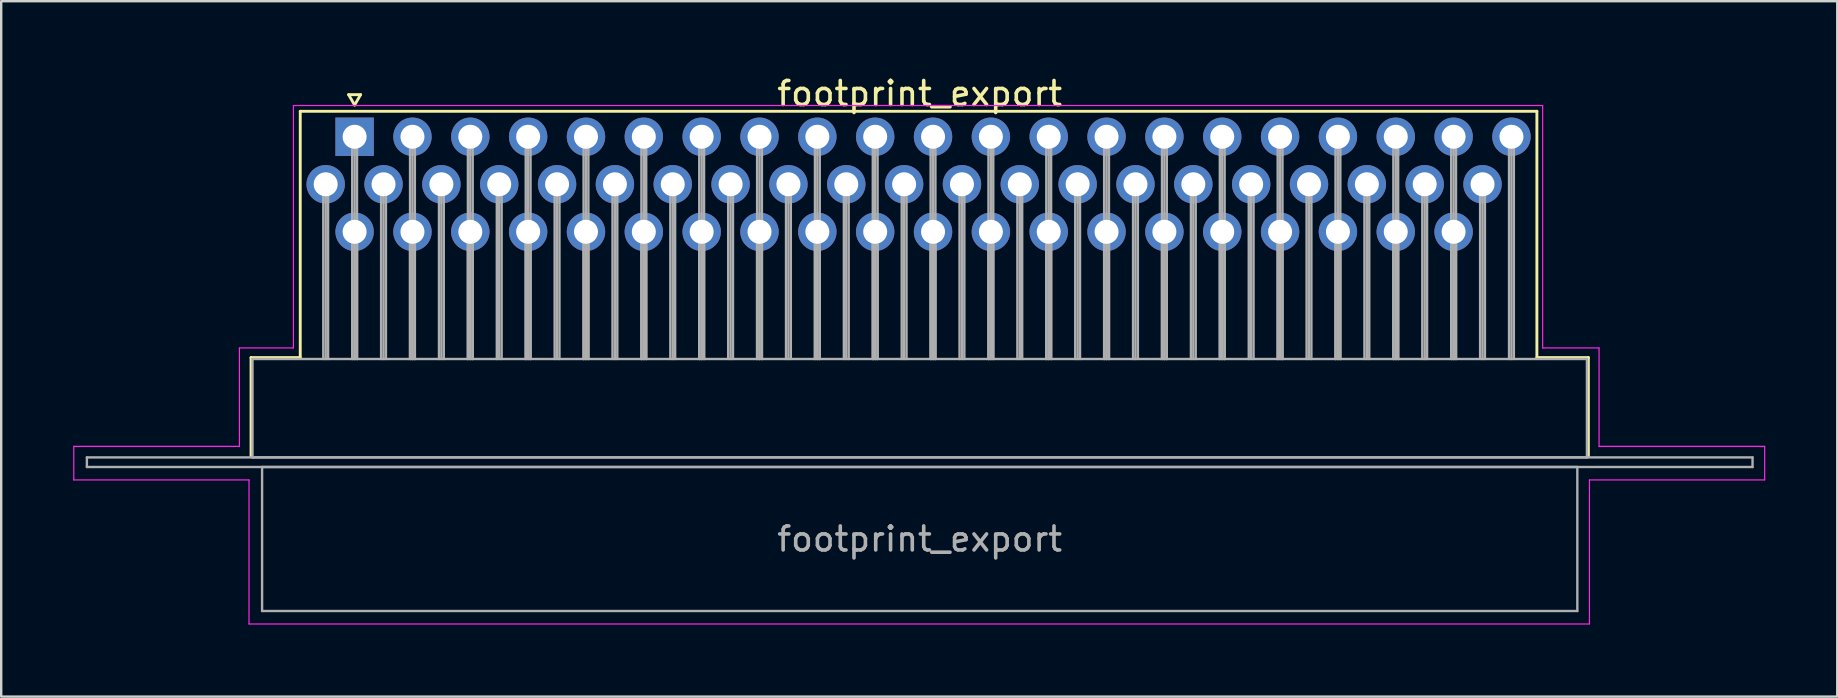
<source format=kicad_pcb>
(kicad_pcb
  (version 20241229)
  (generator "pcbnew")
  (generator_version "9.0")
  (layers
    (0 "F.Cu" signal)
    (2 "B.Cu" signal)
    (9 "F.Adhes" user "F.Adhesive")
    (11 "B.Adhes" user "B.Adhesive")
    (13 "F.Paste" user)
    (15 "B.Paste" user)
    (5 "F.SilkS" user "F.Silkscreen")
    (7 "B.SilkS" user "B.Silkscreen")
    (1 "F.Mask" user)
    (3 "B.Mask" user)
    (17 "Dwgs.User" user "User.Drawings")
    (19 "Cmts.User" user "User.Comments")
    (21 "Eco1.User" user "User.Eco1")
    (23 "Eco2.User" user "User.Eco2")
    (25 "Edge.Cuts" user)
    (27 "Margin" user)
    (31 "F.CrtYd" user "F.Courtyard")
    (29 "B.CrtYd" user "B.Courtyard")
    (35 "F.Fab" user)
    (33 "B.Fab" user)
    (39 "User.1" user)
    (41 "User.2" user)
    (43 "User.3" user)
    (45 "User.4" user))
  (footprint "footprint_export"
    (layer "F.Cu")
    (at 11.725 2.648)
    (property "Reference" "footprint_export" (at 23.545 -1.8 0) (layer "F.SilkS") (effects (font (size 1 1) (thickness 0.15))))
    (attr through_hole)
    (fp_line (start -4.315 9.2) (end -2.265 9.2) (stroke (width 0.12) (type solid)) (layer "F.SilkS"))
    (fp_line (start -4.315 13.3) (end -4.315 9.2) (stroke (width 0.12) (type solid)) (layer "F.SilkS"))
    (fp_line (start -2.265 -1.06) (end 49.26 -1.06) (stroke (width 0.12) (type solid)) (layer "F.SilkS"))
    (fp_line (start -2.265 9.2) (end -2.265 -1.06) (stroke (width 0.12) (type solid)) (layer "F.SilkS"))
    (fp_line (start -0.25 -1.754) (end 0.25 -1.754) (stroke (width 0.12) (type solid)) (layer "F.SilkS"))
    (fp_line (start 0 -1.321) (end -0.25 -1.754) (stroke (width 0.12) (type solid)) (layer "F.SilkS"))
    (fp_line (start 0.25 -1.754) (end 0 -1.321) (stroke (width 0.12) (type solid)) (layer "F.SilkS"))
    (fp_line (start 49.26 -1.06) (end 49.26 9.2) (stroke (width 0.12) (type solid)) (layer "F.SilkS"))
    (fp_line (start 49.26 9.2) (end 51.405 9.2) (stroke (width 0.12) (type solid)) (layer "F.SilkS"))
    (fp_line (start 51.405 9.2) (end 51.405 13.3) (stroke (width 0.12) (type solid)) (layer "F.SilkS"))
    (fp_line (start -11.7 12.9) (end -4.8 12.9) (stroke (width 0.05) (type solid)) (layer "F.CrtYd"))
    (fp_line (start -11.7 14.3) (end -11.7 12.9) (stroke (width 0.05) (type solid)) (layer "F.CrtYd"))
    (fp_line (start -4.8 8.8) (end -2.55 8.8) (stroke (width 0.05) (type solid)) (layer "F.CrtYd"))
    (fp_line (start -4.8 12.9) (end -4.8 8.8) (stroke (width 0.05) (type solid)) (layer "F.CrtYd"))
    (fp_line (start -4.4 14.3) (end -11.7 14.3) (stroke (width 0.05) (type solid)) (layer "F.CrtYd"))
    (fp_line (start -4.4 20.3) (end -4.4 14.3) (stroke (width 0.05) (type solid)) (layer "F.CrtYd"))
    (fp_line (start -2.55 -1.3) (end 49.5 -1.3) (stroke (width 0.05) (type solid)) (layer "F.CrtYd"))
    (fp_line (start -2.55 8.8) (end -2.55 -1.3) (stroke (width 0.05) (type solid)) (layer "F.CrtYd"))
    (fp_line (start 49.5 -1.3) (end 49.5 8.8) (stroke (width 0.05) (type solid)) (layer "F.CrtYd"))
    (fp_line (start 49.5 8.8) (end 51.85 8.8) (stroke (width 0.05) (type solid)) (layer "F.CrtYd"))
    (fp_line (start 51.45 14.3) (end 51.45 20.3) (stroke (width 0.05) (type solid)) (layer "F.CrtYd"))
    (fp_line (start 51.45 20.3) (end -4.4 20.3) (stroke (width 0.05) (type solid)) (layer "F.CrtYd"))
    (fp_line (start 51.85 8.8) (end 51.85 12.9) (stroke (width 0.05) (type solid)) (layer "F.CrtYd"))
    (fp_line (start 51.85 12.9) (end 58.75 12.9) (stroke (width 0.05) (type solid)) (layer "F.CrtYd"))
    (fp_line (start 58.75 12.9) (end 58.75 14.3) (stroke (width 0.05) (type solid)) (layer "F.CrtYd"))
    (fp_line (start 58.75 14.3) (end 51.45 14.3) (stroke (width 0.05) (type solid)) (layer "F.CrtYd"))
    (fp_line (start -11.155 13.36) (end -11.155 13.76) (stroke (width 0.1) (type solid)) (layer "F.Fab"))
    (fp_line (start -11.155 13.76) (end 58.245 13.76) (stroke (width 0.1) (type solid)) (layer "F.Fab"))
    (fp_line (start -4.255 9.26) (end -4.255 13.36) (stroke (width 0.1) (type solid)) (layer "F.Fab"))
    (fp_line (start -4.255 13.36) (end 51.345 13.36) (stroke (width 0.1) (type solid)) (layer "F.Fab"))
    (fp_line (start -3.855 13.76) (end -3.855 19.76) (stroke (width 0.1) (type solid)) (layer "F.Fab"))
    (fp_line (start -3.855 19.76) (end 50.945 19.76) (stroke (width 0.1) (type solid)) (layer "F.Fab"))
    (fp_line (start -1.305 1.98) (end -1.305 9.26) (stroke (width 0.1) (type solid)) (layer "F.Fab"))
    (fp_line (start -1.205 1.98) (end -1.205 9.26) (stroke (width 0.1) (type solid)) (layer "F.Fab"))
    (fp_line (start -1.105 1.98) (end -1.105 9.26) (stroke (width 0.1) (type solid)) (layer "F.Fab"))
    (fp_line (start -0.1 0) (end -0.1 9.26) (stroke (width 0.1) (type solid)) (layer "F.Fab"))
    (fp_line (start -0.1 3.96) (end -0.1 9.26) (stroke (width 0.1) (type solid)) (layer "F.Fab"))
    (fp_line (start 0 0) (end 0 9.26) (stroke (width 0.1) (type solid)) (layer "F.Fab"))
    (fp_line (start 0 3.96) (end 0 9.26) (stroke (width 0.1) (type solid)) (layer "F.Fab"))
    (fp_line (start 0.1 0) (end 0.1 9.26) (stroke (width 0.1) (type solid)) (layer "F.Fab"))
    (fp_line (start 0.1 3.96) (end 0.1 9.26) (stroke (width 0.1) (type solid)) (layer "F.Fab"))
    (fp_line (start 1.105 1.98) (end 1.105 9.26) (stroke (width 0.1) (type solid)) (layer "F.Fab"))
    (fp_line (start 1.205 1.98) (end 1.205 9.26) (stroke (width 0.1) (type solid)) (layer "F.Fab"))
    (fp_line (start 1.305 1.98) (end 1.305 9.26) (stroke (width 0.1) (type solid)) (layer "F.Fab"))
    (fp_line (start 2.31 0) (end 2.31 9.26) (stroke (width 0.1) (type solid)) (layer "F.Fab"))
    (fp_line (start 2.31 3.96) (end 2.31 9.26) (stroke (width 0.1) (type solid)) (layer "F.Fab"))
    (fp_line (start 2.41 0) (end 2.41 9.26) (stroke (width 0.1) (type solid)) (layer "F.Fab"))
    (fp_line (start 2.41 3.96) (end 2.41 9.26) (stroke (width 0.1) (type solid)) (layer "F.Fab"))
    (fp_line (start 2.51 0) (end 2.51 9.26) (stroke (width 0.1) (type solid)) (layer "F.Fab"))
    (fp_line (start 2.51 3.96) (end 2.51 9.26) (stroke (width 0.1) (type solid)) (layer "F.Fab"))
    (fp_line (start 3.515 1.98) (end 3.515 9.26) (stroke (width 0.1) (type solid)) (layer "F.Fab"))
    (fp_line (start 3.615 1.98) (end 3.615 9.26) (stroke (width 0.1) (type solid)) (layer "F.Fab"))
    (fp_line (start 3.715 1.98) (end 3.715 9.26) (stroke (width 0.1) (type solid)) (layer "F.Fab"))
    (fp_line (start 4.72 0) (end 4.72 9.26) (stroke (width 0.1) (type solid)) (layer "F.Fab"))
    (fp_line (start 4.72 3.96) (end 4.72 9.26) (stroke (width 0.1) (type solid)) (layer "F.Fab"))
    (fp_line (start 4.82 0) (end 4.82 9.26) (stroke (width 0.1) (type solid)) (layer "F.Fab"))
    (fp_line (start 4.82 3.96) (end 4.82 9.26) (stroke (width 0.1) (type solid)) (layer "F.Fab"))
    (fp_line (start 4.92 0) (end 4.92 9.26) (stroke (width 0.1) (type solid)) (layer "F.Fab"))
    (fp_line (start 4.92 3.96) (end 4.92 9.26) (stroke (width 0.1) (type solid)) (layer "F.Fab"))
    (fp_line (start 5.925 1.98) (end 5.925 9.26) (stroke (width 0.1) (type solid)) (layer "F.Fab"))
    (fp_line (start 6.025 1.98) (end 6.025 9.26) (stroke (width 0.1) (type solid)) (layer "F.Fab"))
    (fp_line (start 6.125 1.98) (end 6.125 9.26) (stroke (width 0.1) (type solid)) (layer "F.Fab"))
    (fp_line (start 7.13 0) (end 7.13 9.26) (stroke (width 0.1) (type solid)) (layer "F.Fab"))
    (fp_line (start 7.13 3.96) (end 7.13 9.26) (stroke (width 0.1) (type solid)) (layer "F.Fab"))
    (fp_line (start 7.23 0) (end 7.23 9.26) (stroke (width 0.1) (type solid)) (layer "F.Fab"))
    (fp_line (start 7.23 3.96) (end 7.23 9.26) (stroke (width 0.1) (type solid)) (layer "F.Fab"))
    (fp_line (start 7.33 0) (end 7.33 9.26) (stroke (width 0.1) (type solid)) (layer "F.Fab"))
    (fp_line (start 7.33 3.96) (end 7.33 9.26) (stroke (width 0.1) (type solid)) (layer "F.Fab"))
    (fp_line (start 8.335 1.98) (end 8.335 9.26) (stroke (width 0.1) (type solid)) (layer "F.Fab"))
    (fp_line (start 8.435 1.98) (end 8.435 9.26) (stroke (width 0.1) (type solid)) (layer "F.Fab"))
    (fp_line (start 8.535 1.98) (end 8.535 9.26) (stroke (width 0.1) (type solid)) (layer "F.Fab"))
    (fp_line (start 9.54 0) (end 9.54 9.26) (stroke (width 0.1) (type solid)) (layer "F.Fab"))
    (fp_line (start 9.54 3.96) (end 9.54 9.26) (stroke (width 0.1) (type solid)) (layer "F.Fab"))
    (fp_line (start 9.64 0) (end 9.64 9.26) (stroke (width 0.1) (type solid)) (layer "F.Fab"))
    (fp_line (start 9.64 3.96) (end 9.64 9.26) (stroke (width 0.1) (type solid)) (layer "F.Fab"))
    (fp_line (start 9.74 0) (end 9.74 9.26) (stroke (width 0.1) (type solid)) (layer "F.Fab"))
    (fp_line (start 9.74 3.96) (end 9.74 9.26) (stroke (width 0.1) (type solid)) (layer "F.Fab"))
    (fp_line (start 10.745 1.98) (end 10.745 9.26) (stroke (width 0.1) (type solid)) (layer "F.Fab"))
    (fp_line (start 10.845 1.98) (end 10.845 9.26) (stroke (width 0.1) (type solid)) (layer "F.Fab"))
    (fp_line (start 10.945 1.98) (end 10.945 9.26) (stroke (width 0.1) (type solid)) (layer "F.Fab"))
    (fp_line (start 11.95 0) (end 11.95 9.26) (stroke (width 0.1) (type solid)) (layer "F.Fab"))
    (fp_line (start 11.95 3.96) (end 11.95 9.26) (stroke (width 0.1) (type solid)) (layer "F.Fab"))
    (fp_line (start 12.05 0) (end 12.05 9.26) (stroke (width 0.1) (type solid)) (layer "F.Fab"))
    (fp_line (start 12.05 3.96) (end 12.05 9.26) (stroke (width 0.1) (type solid)) (layer "F.Fab"))
    (fp_line (start 12.15 0) (end 12.15 9.26) (stroke (width 0.1) (type solid)) (layer "F.Fab"))
    (fp_line (start 12.15 3.96) (end 12.15 9.26) (stroke (width 0.1) (type solid)) (layer "F.Fab"))
    (fp_line (start 13.155 1.98) (end 13.155 9.26) (stroke (width 0.1) (type solid)) (layer "F.Fab"))
    (fp_line (start 13.255 1.98) (end 13.255 9.26) (stroke (width 0.1) (type solid)) (layer "F.Fab"))
    (fp_line (start 13.355 1.98) (end 13.355 9.26) (stroke (width 0.1) (type solid)) (layer "F.Fab"))
    (fp_line (start 14.36 0) (end 14.36 9.26) (stroke (width 0.1) (type solid)) (layer "F.Fab"))
    (fp_line (start 14.36 3.96) (end 14.36 9.26) (stroke (width 0.1) (type solid)) (layer "F.Fab"))
    (fp_line (start 14.46 0) (end 14.46 9.26) (stroke (width 0.1) (type solid)) (layer "F.Fab"))
    (fp_line (start 14.46 3.96) (end 14.46 9.26) (stroke (width 0.1) (type solid)) (layer "F.Fab"))
    (fp_line (start 14.56 0) (end 14.56 9.26) (stroke (width 0.1) (type solid)) (layer "F.Fab"))
    (fp_line (start 14.56 3.96) (end 14.56 9.26) (stroke (width 0.1) (type solid)) (layer "F.Fab"))
    (fp_line (start 15.565 1.98) (end 15.565 9.26) (stroke (width 0.1) (type solid)) (layer "F.Fab"))
    (fp_line (start 15.665 1.98) (end 15.665 9.26) (stroke (width 0.1) (type solid)) (layer "F.Fab"))
    (fp_line (start 15.765 1.98) (end 15.765 9.26) (stroke (width 0.1) (type solid)) (layer "F.Fab"))
    (fp_line (start 16.77 0) (end 16.77 9.26) (stroke (width 0.1) (type solid)) (layer "F.Fab"))
    (fp_line (start 16.77 3.96) (end 16.77 9.26) (stroke (width 0.1) (type solid)) (layer "F.Fab"))
    (fp_line (start 16.87 0) (end 16.87 9.26) (stroke (width 0.1) (type solid)) (layer "F.Fab"))
    (fp_line (start 16.87 3.96) (end 16.87 9.26) (stroke (width 0.1) (type solid)) (layer "F.Fab"))
    (fp_line (start 16.97 0) (end 16.97 9.26) (stroke (width 0.1) (type solid)) (layer "F.Fab"))
    (fp_line (start 16.97 3.96) (end 16.97 9.26) (stroke (width 0.1) (type solid)) (layer "F.Fab"))
    (fp_line (start 17.975 1.98) (end 17.975 9.26) (stroke (width 0.1) (type solid)) (layer "F.Fab"))
    (fp_line (start 18.075 1.98) (end 18.075 9.26) (stroke (width 0.1) (type solid)) (layer "F.Fab"))
    (fp_line (start 18.175 1.98) (end 18.175 9.26) (stroke (width 0.1) (type solid)) (layer "F.Fab"))
    (fp_line (start 19.18 0) (end 19.18 9.26) (stroke (width 0.1) (type solid)) (layer "F.Fab"))
    (fp_line (start 19.18 3.96) (end 19.18 9.26) (stroke (width 0.1) (type solid)) (layer "F.Fab"))
    (fp_line (start 19.28 0) (end 19.28 9.26) (stroke (width 0.1) (type solid)) (layer "F.Fab"))
    (fp_line (start 19.28 3.96) (end 19.28 9.26) (stroke (width 0.1) (type solid)) (layer "F.Fab"))
    (fp_line (start 19.38 0) (end 19.38 9.26) (stroke (width 0.1) (type solid)) (layer "F.Fab"))
    (fp_line (start 19.38 3.96) (end 19.38 9.26) (stroke (width 0.1) (type solid)) (layer "F.Fab"))
    (fp_line (start 20.385 1.98) (end 20.385 9.26) (stroke (width 0.1) (type solid)) (layer "F.Fab"))
    (fp_line (start 20.485 1.98) (end 20.485 9.26) (stroke (width 0.1) (type solid)) (layer "F.Fab"))
    (fp_line (start 20.585 1.98) (end 20.585 9.26) (stroke (width 0.1) (type solid)) (layer "F.Fab"))
    (fp_line (start 21.59 0) (end 21.59 9.26) (stroke (width 0.1) (type solid)) (layer "F.Fab"))
    (fp_line (start 21.59 3.96) (end 21.59 9.26) (stroke (width 0.1) (type solid)) (layer "F.Fab"))
    (fp_line (start 21.69 0) (end 21.69 9.26) (stroke (width 0.1) (type solid)) (layer "F.Fab"))
    (fp_line (start 21.69 3.96) (end 21.69 9.26) (stroke (width 0.1) (type solid)) (layer "F.Fab"))
    (fp_line (start 21.79 0) (end 21.79 9.26) (stroke (width 0.1) (type solid)) (layer "F.Fab"))
    (fp_line (start 21.79 3.96) (end 21.79 9.26) (stroke (width 0.1) (type solid)) (layer "F.Fab"))
    (fp_line (start 22.795 1.98) (end 22.795 9.26) (stroke (width 0.1) (type solid)) (layer "F.Fab"))
    (fp_line (start 22.895 1.98) (end 22.895 9.26) (stroke (width 0.1) (type solid)) (layer "F.Fab"))
    (fp_line (start 22.995 1.98) (end 22.995 9.26) (stroke (width 0.1) (type solid)) (layer "F.Fab"))
    (fp_line (start 24 0) (end 24 9.26) (stroke (width 0.1) (type solid)) (layer "F.Fab"))
    (fp_line (start 24 3.96) (end 24 9.26) (stroke (width 0.1) (type solid)) (layer "F.Fab"))
    (fp_line (start 24.1 0) (end 24.1 9.26) (stroke (width 0.1) (type solid)) (layer "F.Fab"))
    (fp_line (start 24.1 3.96) (end 24.1 9.26) (stroke (width 0.1) (type solid)) (layer "F.Fab"))
    (fp_line (start 24.2 0) (end 24.2 9.26) (stroke (width 0.1) (type solid)) (layer "F.Fab"))
    (fp_line (start 24.2 3.96) (end 24.2 9.26) (stroke (width 0.1) (type solid)) (layer "F.Fab"))
    (fp_line (start 25.205 1.98) (end 25.205 9.26) (stroke (width 0.1) (type solid)) (layer "F.Fab"))
    (fp_line (start 25.305 1.98) (end 25.305 9.26) (stroke (width 0.1) (type solid)) (layer "F.Fab"))
    (fp_line (start 25.405 1.98) (end 25.405 9.26) (stroke (width 0.1) (type solid)) (layer "F.Fab"))
    (fp_line (start 26.41 0) (end 26.41 9.26) (stroke (width 0.1) (type solid)) (layer "F.Fab"))
    (fp_line (start 26.41 3.96) (end 26.41 9.26) (stroke (width 0.1) (type solid)) (layer "F.Fab"))
    (fp_line (start 26.51 0) (end 26.51 9.26) (stroke (width 0.1) (type solid)) (layer "F.Fab"))
    (fp_line (start 26.51 3.96) (end 26.51 9.26) (stroke (width 0.1) (type solid)) (layer "F.Fab"))
    (fp_line (start 26.61 0) (end 26.61 9.26) (stroke (width 0.1) (type solid)) (layer "F.Fab"))
    (fp_line (start 26.61 3.96) (end 26.61 9.26) (stroke (width 0.1) (type solid)) (layer "F.Fab"))
    (fp_line (start 27.615 1.98) (end 27.615 9.26) (stroke (width 0.1) (type solid)) (layer "F.Fab"))
    (fp_line (start 27.715 1.98) (end 27.715 9.26) (stroke (width 0.1) (type solid)) (layer "F.Fab"))
    (fp_line (start 27.815 1.98) (end 27.815 9.26) (stroke (width 0.1) (type solid)) (layer "F.Fab"))
    (fp_line (start 28.82 0) (end 28.82 9.26) (stroke (width 0.1) (type solid)) (layer "F.Fab"))
    (fp_line (start 28.82 3.96) (end 28.82 9.26) (stroke (width 0.1) (type solid)) (layer "F.Fab"))
    (fp_line (start 28.92 0) (end 28.92 9.26) (stroke (width 0.1) (type solid)) (layer "F.Fab"))
    (fp_line (start 28.92 3.96) (end 28.92 9.26) (stroke (width 0.1) (type solid)) (layer "F.Fab"))
    (fp_line (start 29.02 0) (end 29.02 9.26) (stroke (width 0.1) (type solid)) (layer "F.Fab"))
    (fp_line (start 29.02 3.96) (end 29.02 9.26) (stroke (width 0.1) (type solid)) (layer "F.Fab"))
    (fp_line (start 30.025 1.98) (end 30.025 9.26) (stroke (width 0.1) (type solid)) (layer "F.Fab"))
    (fp_line (start 30.125 1.98) (end 30.125 9.26) (stroke (width 0.1) (type solid)) (layer "F.Fab"))
    (fp_line (start 30.225 1.98) (end 30.225 9.26) (stroke (width 0.1) (type solid)) (layer "F.Fab"))
    (fp_line (start 31.23 0) (end 31.23 9.26) (stroke (width 0.1) (type solid)) (layer "F.Fab"))
    (fp_line (start 31.23 3.96) (end 31.23 9.26) (stroke (width 0.1) (type solid)) (layer "F.Fab"))
    (fp_line (start 31.33 0) (end 31.33 9.26) (stroke (width 0.1) (type solid)) (layer "F.Fab"))
    (fp_line (start 31.33 3.96) (end 31.33 9.26) (stroke (width 0.1) (type solid)) (layer "F.Fab"))
    (fp_line (start 31.43 0) (end 31.43 9.26) (stroke (width 0.1) (type solid)) (layer "F.Fab"))
    (fp_line (start 31.43 3.96) (end 31.43 9.26) (stroke (width 0.1) (type solid)) (layer "F.Fab"))
    (fp_line (start 32.435 1.98) (end 32.435 9.26) (stroke (width 0.1) (type solid)) (layer "F.Fab"))
    (fp_line (start 32.535 1.98) (end 32.535 9.26) (stroke (width 0.1) (type solid)) (layer "F.Fab"))
    (fp_line (start 32.635 1.98) (end 32.635 9.26) (stroke (width 0.1) (type solid)) (layer "F.Fab"))
    (fp_line (start 33.64 0) (end 33.64 9.26) (stroke (width 0.1) (type solid)) (layer "F.Fab"))
    (fp_line (start 33.64 3.96) (end 33.64 9.26) (stroke (width 0.1) (type solid)) (layer "F.Fab"))
    (fp_line (start 33.74 0) (end 33.74 9.26) (stroke (width 0.1) (type solid)) (layer "F.Fab"))
    (fp_line (start 33.74 3.96) (end 33.74 9.26) (stroke (width 0.1) (type solid)) (layer "F.Fab"))
    (fp_line (start 33.84 0) (end 33.84 9.26) (stroke (width 0.1) (type solid)) (layer "F.Fab"))
    (fp_line (start 33.84 3.96) (end 33.84 9.26) (stroke (width 0.1) (type solid)) (layer "F.Fab"))
    (fp_line (start 34.845 1.98) (end 34.845 9.26) (stroke (width 0.1) (type solid)) (layer "F.Fab"))
    (fp_line (start 34.945 1.98) (end 34.945 9.26) (stroke (width 0.1) (type solid)) (layer "F.Fab"))
    (fp_line (start 35.045 1.98) (end 35.045 9.26) (stroke (width 0.1) (type solid)) (layer "F.Fab"))
    (fp_line (start 36.05 0) (end 36.05 9.26) (stroke (width 0.1) (type solid)) (layer "F.Fab"))
    (fp_line (start 36.05 3.96) (end 36.05 9.26) (stroke (width 0.1) (type solid)) (layer "F.Fab"))
    (fp_line (start 36.15 0) (end 36.15 9.26) (stroke (width 0.1) (type solid)) (layer "F.Fab"))
    (fp_line (start 36.15 3.96) (end 36.15 9.26) (stroke (width 0.1) (type solid)) (layer "F.Fab"))
    (fp_line (start 36.25 0) (end 36.25 9.26) (stroke (width 0.1) (type solid)) (layer "F.Fab"))
    (fp_line (start 36.25 3.96) (end 36.25 9.26) (stroke (width 0.1) (type solid)) (layer "F.Fab"))
    (fp_line (start 37.255 1.98) (end 37.255 9.26) (stroke (width 0.1) (type solid)) (layer "F.Fab"))
    (fp_line (start 37.355 1.98) (end 37.355 9.26) (stroke (width 0.1) (type solid)) (layer "F.Fab"))
    (fp_line (start 37.455 1.98) (end 37.455 9.26) (stroke (width 0.1) (type solid)) (layer "F.Fab"))
    (fp_line (start 38.46 0) (end 38.46 9.26) (stroke (width 0.1) (type solid)) (layer "F.Fab"))
    (fp_line (start 38.46 3.96) (end 38.46 9.26) (stroke (width 0.1) (type solid)) (layer "F.Fab"))
    (fp_line (start 38.56 0) (end 38.56 9.26) (stroke (width 0.1) (type solid)) (layer "F.Fab"))
    (fp_line (start 38.56 3.96) (end 38.56 9.26) (stroke (width 0.1) (type solid)) (layer "F.Fab"))
    (fp_line (start 38.66 0) (end 38.66 9.26) (stroke (width 0.1) (type solid)) (layer "F.Fab"))
    (fp_line (start 38.66 3.96) (end 38.66 9.26) (stroke (width 0.1) (type solid)) (layer "F.Fab"))
    (fp_line (start 39.665 1.98) (end 39.665 9.26) (stroke (width 0.1) (type solid)) (layer "F.Fab"))
    (fp_line (start 39.765 1.98) (end 39.765 9.26) (stroke (width 0.1) (type solid)) (layer "F.Fab"))
    (fp_line (start 39.865 1.98) (end 39.865 9.26) (stroke (width 0.1) (type solid)) (layer "F.Fab"))
    (fp_line (start 40.87 0) (end 40.87 9.26) (stroke (width 0.1) (type solid)) (layer "F.Fab"))
    (fp_line (start 40.87 3.96) (end 40.87 9.26) (stroke (width 0.1) (type solid)) (layer "F.Fab"))
    (fp_line (start 40.97 0) (end 40.97 9.26) (stroke (width 0.1) (type solid)) (layer "F.Fab"))
    (fp_line (start 40.97 3.96) (end 40.97 9.26) (stroke (width 0.1) (type solid)) (layer "F.Fab"))
    (fp_line (start 41.07 0) (end 41.07 9.26) (stroke (width 0.1) (type solid)) (layer "F.Fab"))
    (fp_line (start 41.07 3.96) (end 41.07 9.26) (stroke (width 0.1) (type solid)) (layer "F.Fab"))
    (fp_line (start 42.075 1.98) (end 42.075 9.26) (stroke (width 0.1) (type solid)) (layer "F.Fab"))
    (fp_line (start 42.175 1.98) (end 42.175 9.26) (stroke (width 0.1) (type solid)) (layer "F.Fab"))
    (fp_line (start 42.275 1.98) (end 42.275 9.26) (stroke (width 0.1) (type solid)) (layer "F.Fab"))
    (fp_line (start 43.28 0) (end 43.28 9.26) (stroke (width 0.1) (type solid)) (layer "F.Fab"))
    (fp_line (start 43.28 3.96) (end 43.28 9.26) (stroke (width 0.1) (type solid)) (layer "F.Fab"))
    (fp_line (start 43.38 0) (end 43.38 9.26) (stroke (width 0.1) (type solid)) (layer "F.Fab"))
    (fp_line (start 43.38 3.96) (end 43.38 9.26) (stroke (width 0.1) (type solid)) (layer "F.Fab"))
    (fp_line (start 43.48 0) (end 43.48 9.26) (stroke (width 0.1) (type solid)) (layer "F.Fab"))
    (fp_line (start 43.48 3.96) (end 43.48 9.26) (stroke (width 0.1) (type solid)) (layer "F.Fab"))
    (fp_line (start 44.485 1.98) (end 44.485 9.26) (stroke (width 0.1) (type solid)) (layer "F.Fab"))
    (fp_line (start 44.585 1.98) (end 44.585 9.26) (stroke (width 0.1) (type solid)) (layer "F.Fab"))
    (fp_line (start 44.685 1.98) (end 44.685 9.26) (stroke (width 0.1) (type solid)) (layer "F.Fab"))
    (fp_line (start 45.69 0) (end 45.69 9.26) (stroke (width 0.1) (type solid)) (layer "F.Fab"))
    (fp_line (start 45.69 3.96) (end 45.69 9.26) (stroke (width 0.1) (type solid)) (layer "F.Fab"))
    (fp_line (start 45.79 0) (end 45.79 9.26) (stroke (width 0.1) (type solid)) (layer "F.Fab"))
    (fp_line (start 45.79 3.96) (end 45.79 9.26) (stroke (width 0.1) (type solid)) (layer "F.Fab"))
    (fp_line (start 45.89 0) (end 45.89 9.26) (stroke (width 0.1) (type solid)) (layer "F.Fab"))
    (fp_line (start 45.89 3.96) (end 45.89 9.26) (stroke (width 0.1) (type solid)) (layer "F.Fab"))
    (fp_line (start 46.895 1.98) (end 46.895 9.26) (stroke (width 0.1) (type solid)) (layer "F.Fab"))
    (fp_line (start 46.995 1.98) (end 46.995 9.26) (stroke (width 0.1) (type solid)) (layer "F.Fab"))
    (fp_line (start 47.095 1.98) (end 47.095 9.26) (stroke (width 0.1) (type solid)) (layer "F.Fab"))
    (fp_line (start 48.1 0) (end 48.1 9.26) (stroke (width 0.1) (type solid)) (layer "F.Fab"))
    (fp_line (start 48.2 0) (end 48.2 9.26) (stroke (width 0.1) (type solid)) (layer "F.Fab"))
    (fp_line (start 48.3 0) (end 48.3 9.26) (stroke (width 0.1) (type solid)) (layer "F.Fab"))
    (fp_line (start 50.945 13.76) (end -3.855 13.76) (stroke (width 0.1) (type solid)) (layer "F.Fab"))
    (fp_line (start 50.945 19.76) (end 50.945 13.76) (stroke (width 0.1) (type solid)) (layer "F.Fab"))
    (fp_line (start 51.345 9.26) (end -4.255 9.26) (stroke (width 0.1) (type solid)) (layer "F.Fab"))
    (fp_line (start 51.345 13.36) (end 51.345 9.26) (stroke (width 0.1) (type solid)) (layer "F.Fab"))
    (fp_line (start 58.245 13.36) (end -11.155 13.36) (stroke (width 0.1) (type solid)) (layer "F.Fab"))
    (fp_line (start 58.245 13.76) (end 58.245 13.36) (stroke (width 0.1) (type solid)) (layer "F.Fab"))
    (fp_text user "${REFERENCE}" (at 23.545 16.76 0) (layer "F.Fab") (effects (font (size 1 1) (thickness 0.15))))
    (pad "1" thru_hole rect (at 0 0) (size 1.6 1.6) (drill 1) (layers "*.Cu" "*.Mask"))
    (pad "2" thru_hole circle (at 2.41 0) (size 1.6 1.6) (drill 1) (layers "*.Cu" "*.Mask"))
    (pad "3" thru_hole circle (at 4.82 0) (size 1.6 1.6) (drill 1) (layers "*.Cu" "*.Mask"))
    (pad "4" thru_hole circle (at 7.23 0) (size 1.6 1.6) (drill 1) (layers "*.Cu" "*.Mask"))
    (pad "5" thru_hole circle (at 9.64 0) (size 1.6 1.6) (drill 1) (layers "*.Cu" "*.Mask"))
    (pad "6" thru_hole circle (at 12.05 0) (size 1.6 1.6) (drill 1) (layers "*.Cu" "*.Mask"))
    (pad "7" thru_hole circle (at 14.46 0) (size 1.6 1.6) (drill 1) (layers "*.Cu" "*.Mask"))
    (pad "8" thru_hole circle (at 16.87 0) (size 1.6 1.6) (drill 1) (layers "*.Cu" "*.Mask"))
    (pad "9" thru_hole circle (at 19.28 0) (size 1.6 1.6) (drill 1) (layers "*.Cu" "*.Mask"))
    (pad "10" thru_hole circle (at 21.69 0) (size 1.6 1.6) (drill 1) (layers "*.Cu" "*.Mask"))
    (pad "11" thru_hole circle (at 24.1 0) (size 1.6 1.6) (drill 1) (layers "*.Cu" "*.Mask"))
    (pad "12" thru_hole circle (at 26.51 0) (size 1.6 1.6) (drill 1) (layers "*.Cu" "*.Mask"))
    (pad "13" thru_hole circle (at 28.92 0) (size 1.6 1.6) (drill 1) (layers "*.Cu" "*.Mask"))
    (pad "14" thru_hole circle (at 31.33 0) (size 1.6 1.6) (drill 1) (layers "*.Cu" "*.Mask"))
    (pad "15" thru_hole circle (at 33.74 0) (size 1.6 1.6) (drill 1) (layers "*.Cu" "*.Mask"))
    (pad "16" thru_hole circle (at 36.15 0) (size 1.6 1.6) (drill 1) (layers "*.Cu" "*.Mask"))
    (pad "17" thru_hole circle (at 38.56 0) (size 1.6 1.6) (drill 1) (layers "*.Cu" "*.Mask"))
    (pad "18" thru_hole circle (at 40.97 0) (size 1.6 1.6) (drill 1) (layers "*.Cu" "*.Mask"))
    (pad "19" thru_hole circle (at 43.38 0) (size 1.6 1.6) (drill 1) (layers "*.Cu" "*.Mask"))
    (pad "20" thru_hole circle (at 45.79 0) (size 1.6 1.6) (drill 1) (layers "*.Cu" "*.Mask"))
    (pad "21" thru_hole circle (at 48.2 0) (size 1.6 1.6) (drill 1) (layers "*.Cu" "*.Mask"))
    (pad "22" thru_hole circle (at -1.205 1.98) (size 1.6 1.6) (drill 1) (layers "*.Cu" "*.Mask"))
    (pad "23" thru_hole circle (at 1.205 1.98) (size 1.6 1.6) (drill 1) (layers "*.Cu" "*.Mask"))
    (pad "24" thru_hole circle (at 3.615 1.98) (size 1.6 1.6) (drill 1) (layers "*.Cu" "*.Mask"))
    (pad "25" thru_hole circle (at 6.025 1.98) (size 1.6 1.6) (drill 1) (layers "*.Cu" "*.Mask"))
    (pad "26" thru_hole circle (at 8.435 1.98) (size 1.6 1.6) (drill 1) (layers "*.Cu" "*.Mask"))
    (pad "27" thru_hole circle (at 10.845 1.98) (size 1.6 1.6) (drill 1) (layers "*.Cu" "*.Mask"))
    (pad "28" thru_hole circle (at 13.255 1.98) (size 1.6 1.6) (drill 1) (layers "*.Cu" "*.Mask"))
    (pad "29" thru_hole circle (at 15.665 1.98) (size 1.6 1.6) (drill 1) (layers "*.Cu" "*.Mask"))
    (pad "30" thru_hole circle (at 18.075 1.98) (size 1.6 1.6) (drill 1) (layers "*.Cu" "*.Mask"))
    (pad "31" thru_hole circle (at 20.485 1.98) (size 1.6 1.6) (drill 1) (layers "*.Cu" "*.Mask"))
    (pad "32" thru_hole circle (at 22.895 1.98) (size 1.6 1.6) (drill 1) (layers "*.Cu" "*.Mask"))
    (pad "33" thru_hole circle (at 25.305 1.98) (size 1.6 1.6) (drill 1) (layers "*.Cu" "*.Mask"))
    (pad "34" thru_hole circle (at 27.715 1.98) (size 1.6 1.6) (drill 1) (layers "*.Cu" "*.Mask"))
    (pad "35" thru_hole circle (at 30.125 1.98) (size 1.6 1.6) (drill 1) (layers "*.Cu" "*.Mask"))
    (pad "36" thru_hole circle (at 32.535 1.98) (size 1.6 1.6) (drill 1) (layers "*.Cu" "*.Mask"))
    (pad "37" thru_hole circle (at 34.945 1.98) (size 1.6 1.6) (drill 1) (layers "*.Cu" "*.Mask"))
    (pad "38" thru_hole circle (at 37.355 1.98) (size 1.6 1.6) (drill 1) (layers "*.Cu" "*.Mask"))
    (pad "39" thru_hole circle (at 39.765 1.98) (size 1.6 1.6) (drill 1) (layers "*.Cu" "*.Mask"))
    (pad "40" thru_hole circle (at 42.175 1.98) (size 1.6 1.6) (drill 1) (layers "*.Cu" "*.Mask"))
    (pad "41" thru_hole circle (at 44.585 1.98) (size 1.6 1.6) (drill 1) (layers "*.Cu" "*.Mask"))
    (pad "42" thru_hole circle (at 46.995 1.98) (size 1.6 1.6) (drill 1) (layers "*.Cu" "*.Mask"))
    (pad "43" thru_hole circle (at 0 3.96) (size 1.6 1.6) (drill 1) (layers "*.Cu" "*.Mask"))
    (pad "44" thru_hole circle (at 2.41 3.96) (size 1.6 1.6) (drill 1) (layers "*.Cu" "*.Mask"))
    (pad "45" thru_hole circle (at 4.82 3.96) (size 1.6 1.6) (drill 1) (layers "*.Cu" "*.Mask"))
    (pad "46" thru_hole circle (at 7.23 3.96) (size 1.6 1.6) (drill 1) (layers "*.Cu" "*.Mask"))
    (pad "47" thru_hole circle (at 9.64 3.96) (size 1.6 1.6) (drill 1) (layers "*.Cu" "*.Mask"))
    (pad "48" thru_hole circle (at 12.05 3.96) (size 1.6 1.6) (drill 1) (layers "*.Cu" "*.Mask"))
    (pad "49" thru_hole circle (at 14.46 3.96) (size 1.6 1.6) (drill 1) (layers "*.Cu" "*.Mask"))
    (pad "50" thru_hole circle (at 16.87 3.96) (size 1.6 1.6) (drill 1) (layers "*.Cu" "*.Mask"))
    (pad "51" thru_hole circle (at 19.28 3.96) (size 1.6 1.6) (drill 1) (layers "*.Cu" "*.Mask"))
    (pad "52" thru_hole circle (at 21.69 3.96) (size 1.6 1.6) (drill 1) (layers "*.Cu" "*.Mask"))
    (pad "53" thru_hole circle (at 24.1 3.96) (size 1.6 1.6) (drill 1) (layers "*.Cu" "*.Mask"))
    (pad "54" thru_hole circle (at 26.51 3.96) (size 1.6 1.6) (drill 1) (layers "*.Cu" "*.Mask"))
    (pad "55" thru_hole circle (at 28.92 3.96) (size 1.6 1.6) (drill 1) (layers "*.Cu" "*.Mask"))
    (pad "56" thru_hole circle (at 31.33 3.96) (size 1.6 1.6) (drill 1) (layers "*.Cu" "*.Mask"))
    (pad "57" thru_hole circle (at 33.74 3.96) (size 1.6 1.6) (drill 1) (layers "*.Cu" "*.Mask"))
    (pad "58" thru_hole circle (at 36.15 3.96) (size 1.6 1.6) (drill 1) (layers "*.Cu" "*.Mask"))
    (pad "59" thru_hole circle (at 38.56 3.96) (size 1.6 1.6) (drill 1) (layers "*.Cu" "*.Mask"))
    (pad "60" thru_hole circle (at 40.97 3.96) (size 1.6 1.6) (drill 1) (layers "*.Cu" "*.Mask"))
    (pad "61" thru_hole circle (at 43.38 3.96) (size 1.6 1.6) (drill 1) (layers "*.Cu" "*.Mask"))
    (pad "62" thru_hole circle (at 45.79 3.96) (size 1.6 1.6) (drill 1) (layers "*.Cu" "*.Mask")))
  (gr_rect
    (start -3 -3)
    (end 73.5 25.973)
    (stroke (width 0.1) (type default))
    (fill no)
    (layer "Edge.Cuts")))
</source>
